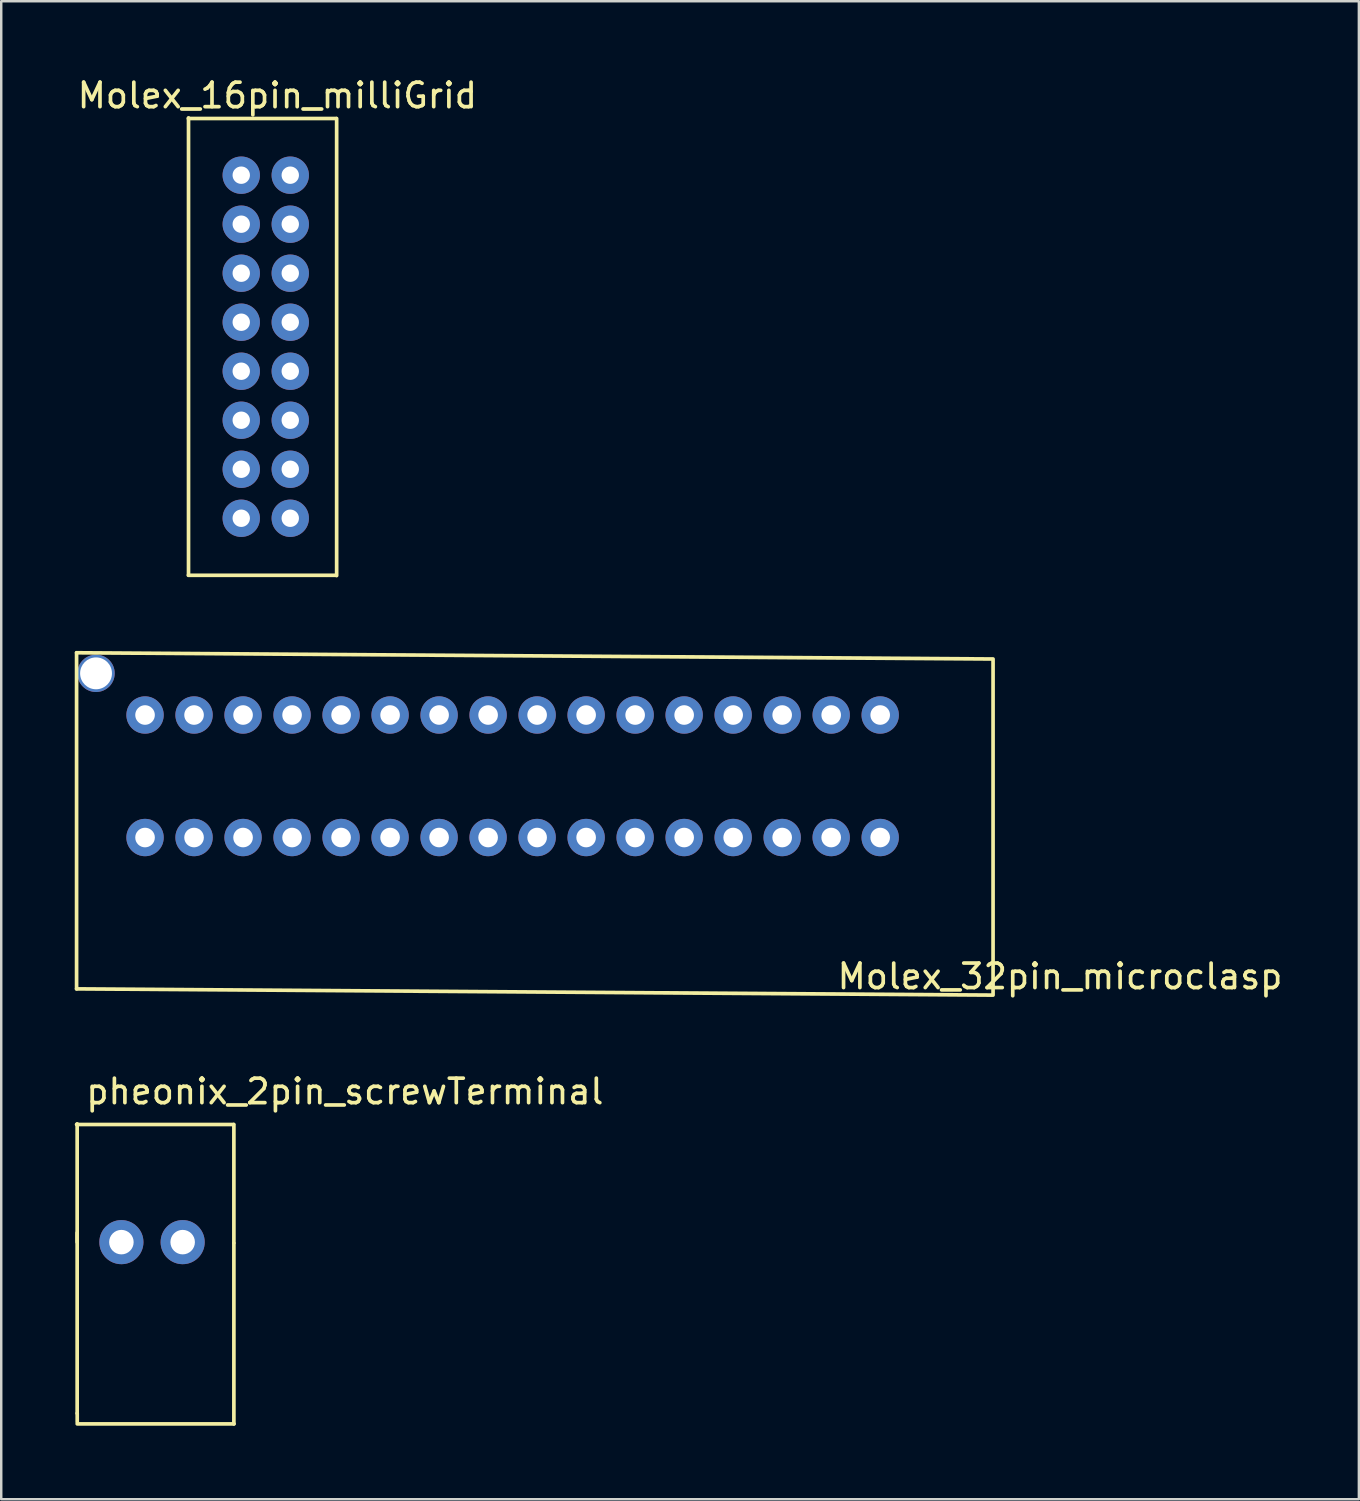
<source format=kicad_pcb>
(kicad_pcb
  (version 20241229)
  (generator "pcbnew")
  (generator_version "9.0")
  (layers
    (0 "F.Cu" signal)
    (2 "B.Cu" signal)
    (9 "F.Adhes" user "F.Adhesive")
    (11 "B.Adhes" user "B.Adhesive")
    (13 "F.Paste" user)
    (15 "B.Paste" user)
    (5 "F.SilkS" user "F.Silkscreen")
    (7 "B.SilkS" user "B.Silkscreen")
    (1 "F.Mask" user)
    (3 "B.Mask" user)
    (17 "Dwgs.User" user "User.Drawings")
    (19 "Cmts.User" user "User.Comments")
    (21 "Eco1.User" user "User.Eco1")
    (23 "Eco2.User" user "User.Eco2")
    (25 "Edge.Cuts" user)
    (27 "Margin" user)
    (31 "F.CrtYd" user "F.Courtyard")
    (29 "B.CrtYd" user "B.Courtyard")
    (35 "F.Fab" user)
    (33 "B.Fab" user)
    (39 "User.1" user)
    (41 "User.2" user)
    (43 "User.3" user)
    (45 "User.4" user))
  (footprint "pheonix_2pin_screwTerminal"
    (layer "F.Cu")
    (at 1.904 47.639)
    (property "Reference" "pheonix_2pin_screwTerminal" (at 9.119 -6.147 0) (layer "F.SilkS") (effects (font (size 1 1) (thickness 0.15))))
    (attr through_hole)
    (fp_line (start -1.805 -0.381) (end -1.805 6.985) (stroke (width 0.15) (type solid)) (layer "F.SilkS"))
    (fp_line (start -1.805 0) (end -1.805 -4.826) (stroke (width 0.15) (type solid)) (layer "F.SilkS"))
    (fp_line (start -1.803 6.985) (end -1.803 7.341) (stroke (width 0.15) (type solid)) (layer "F.SilkS"))
    (fp_line (start 4.572 -4.801) (end -1.829 -4.801) (stroke (width 0.15) (type solid)) (layer "F.SilkS"))
    (fp_line (start 4.59 0.025) (end 4.59 -4.801) (stroke (width 0.15) (type solid)) (layer "F.SilkS"))
    (fp_line (start 4.59 0.051) (end 4.59 7.417) (stroke (width 0.15) (type solid)) (layer "F.SilkS"))
    (fp_line (start 4.597 7.417) (end -1.803 7.417) (stroke (width 0.15) (type solid)) (layer "F.SilkS"))
    (pad "1" thru_hole circle (at 0 0) (size 1.8 1.8) (drill 1) (layers "*.Cu" "*.Mask"))
    (pad "2" thru_hole circle (at 2.5 0) (size 1.8 1.8) (drill 1) (layers "*.Cu" "*.Mask")))
  (footprint "Molex_16pin_milliGrid"
    (layer "F.Cu")
    (at 6.795 4.099)
    (property "Reference" "Molex_16pin_milliGrid" (at 1.473 -3.251 0) (layer "F.SilkS") (effects (font (size 1 1) (thickness 0.15))))
    (attr through_hole)
    (fp_line (start -2.158 -2.314) (end 3.875 -2.314) (stroke (width 0.15) (type solid)) (layer "F.SilkS"))
    (fp_line (start -2.158 16.329) (end 3.875 16.329) (stroke (width 0.15) (type solid)) (layer "F.SilkS"))
    (fp_line (start -2.152 -2.337) (end -2.152 16.313) (stroke (width 0.15) (type solid)) (layer "F.SilkS"))
    (fp_line (start 3.893 -2.311) (end 3.893 16.339) (stroke (width 0.15) (type solid)) (layer "F.SilkS"))
    (pad "1" thru_hole circle (at 0 0) (size 1.524 1.524) (drill 0.71) (layers "*.Cu" "*.Mask"))
    (pad "2" thru_hole circle (at 2 0) (size 1.524 1.524) (drill 0.71) (layers "*.Cu" "*.Mask"))
    (pad "3" thru_hole circle (at 0 2) (size 1.524 1.524) (drill 0.71) (layers "*.Cu" "*.Mask"))
    (pad "4" thru_hole circle (at 2 2) (size 1.524 1.524) (drill 0.71) (layers "*.Cu" "*.Mask"))
    (pad "5" thru_hole circle (at 0 4) (size 1.524 1.524) (drill 0.71) (layers "*.Cu" "*.Mask"))
    (pad "6" thru_hole circle (at 2 4) (size 1.524 1.524) (drill 0.71) (layers "*.Cu" "*.Mask"))
    (pad "7" thru_hole circle (at 0 6) (size 1.524 1.524) (drill 0.71) (layers "*.Cu" "*.Mask"))
    (pad "8" thru_hole circle (at 2 6) (size 1.524 1.524) (drill 0.71) (layers "*.Cu" "*.Mask"))
    (pad "9" thru_hole circle (at 0 8) (size 1.524 1.524) (drill 0.71) (layers "*.Cu" "*.Mask"))
    (pad "10" thru_hole circle (at 2 8) (size 1.524 1.524) (drill 0.71) (layers "*.Cu" "*.Mask"))
    (pad "11" thru_hole circle (at 0 10) (size 1.524 1.524) (drill 0.71) (layers "*.Cu" "*.Mask"))
    (pad "12" thru_hole circle (at 2 10) (size 1.524 1.524) (drill 0.71) (layers "*.Cu" "*.Mask"))
    (pad "13" thru_hole circle (at 0 12) (size 1.524 1.524) (drill 0.71) (layers "*.Cu" "*.Mask"))
    (pad "14" thru_hole circle (at 2 12) (size 1.524 1.524) (drill 0.71) (layers "*.Cu" "*.Mask"))
    (pad "15" thru_hole circle (at 0 14) (size 1.524 1.524) (drill 0.71) (layers "*.Cu" "*.Mask"))
    (pad "16" thru_hole circle (at 2 14) (size 1.524 1.524) (drill 0.71) (layers "*.Cu" "*.Mask")))
  (footprint "Molex_32pin_microclasp"
    (layer "F.Cu")
    (at 2.869 26.128)
    (property "Reference" "Molex_32pin_microclasp" (at 37.338 10.668 0) (layer "F.SilkS") (effects (font (size 1 1) (thickness 0.15))))
    (attr through_hole)
    (fp_line (start -2.794 -2.54) (end -2.794 11.176) (stroke (width 0.15) (type solid)) (layer "F.SilkS"))
    (fp_line (start -2.794 -2.54) (end 34.544 -2.286) (stroke (width 0.15) (type solid)) (layer "F.SilkS"))
    (fp_line (start 34.544 11.43) (end -2.794 11.176) (stroke (width 0.15) (type solid)) (layer "F.SilkS"))
    (fp_line (start 34.606 -2.286) (end 34.606 11.43) (stroke (width 0.15) (type solid)) (layer "F.SilkS"))
    (pad "" np_thru_hole circle (at -2 -1.7) (size 1.524 1.524) (drill 1.3) (layers "*.Cu" "*.Mask"))
    (pad "1" thru_hole circle (at 0 0) (size 1.524 1.524) (drill 0.8) (layers "*.Cu" "*.Mask"))
    (pad "2" thru_hole circle (at 2 0) (size 1.524 1.524) (drill 0.8) (layers "*.Cu" "*.Mask"))
    (pad "3" thru_hole circle (at 4 0) (size 1.524 1.524) (drill 0.8) (layers "*.Cu" "*.Mask"))
    (pad "4" thru_hole circle (at 6 0) (size 1.524 1.524) (drill 0.8) (layers "*.Cu" "*.Mask"))
    (pad "5" thru_hole circle (at 8 0) (size 1.524 1.524) (drill 0.8) (layers "*.Cu" "*.Mask"))
    (pad "6" thru_hole circle (at 10 0) (size 1.524 1.524) (drill 0.8) (layers "*.Cu" "*.Mask"))
    (pad "7" thru_hole circle (at 12 0) (size 1.524 1.524) (drill 0.8) (layers "*.Cu" "*.Mask"))
    (pad "8" thru_hole circle (at 14 0) (size 1.524 1.524) (drill 0.8) (layers "*.Cu" "*.Mask"))
    (pad "9" thru_hole circle (at 16 0) (size 1.524 1.524) (drill 0.8) (layers "*.Cu" "*.Mask"))
    (pad "10" thru_hole circle (at 18 0) (size 1.524 1.524) (drill 0.8) (layers "*.Cu" "*.Mask"))
    (pad "11" thru_hole circle (at 20 0) (size 1.524 1.524) (drill 0.8) (layers "*.Cu" "*.Mask"))
    (pad "12" thru_hole circle (at 22 0) (size 1.524 1.524) (drill 0.8) (layers "*.Cu" "*.Mask"))
    (pad "13" thru_hole circle (at 24 0) (size 1.524 1.524) (drill 0.8) (layers "*.Cu" "*.Mask"))
    (pad "14" thru_hole circle (at 26 0) (size 1.524 1.524) (drill 0.8) (layers "*.Cu" "*.Mask"))
    (pad "15" thru_hole circle (at 28 0) (size 1.524 1.524) (drill 0.8) (layers "*.Cu" "*.Mask"))
    (pad "16" thru_hole circle (at 30 0) (size 1.524 1.524) (drill 0.8) (layers "*.Cu" "*.Mask"))
    (pad "17" thru_hole circle (at 0 5) (size 1.524 1.524) (drill 0.8) (layers "*.Cu" "*.Mask"))
    (pad "18" thru_hole circle (at 2 5) (size 1.524 1.524) (drill 0.8) (layers "*.Cu" "*.Mask"))
    (pad "19" thru_hole circle (at 4 5) (size 1.524 1.524) (drill 0.8) (layers "*.Cu" "*.Mask"))
    (pad "20" thru_hole circle (at 6 5) (size 1.524 1.524) (drill 0.8) (layers "*.Cu" "*.Mask"))
    (pad "21" thru_hole circle (at 8 5) (size 1.524 1.524) (drill 0.8) (layers "*.Cu" "*.Mask"))
    (pad "22" thru_hole circle (at 10 5) (size 1.524 1.524) (drill 0.8) (layers "*.Cu" "*.Mask"))
    (pad "23" thru_hole circle (at 12 5) (size 1.524 1.524) (drill 0.8) (layers "*.Cu" "*.Mask"))
    (pad "24" thru_hole circle (at 14 5) (size 1.524 1.524) (drill 0.8) (layers "*.Cu" "*.Mask"))
    (pad "25" thru_hole circle (at 16 5) (size 1.524 1.524) (drill 0.8) (layers "*.Cu" "*.Mask"))
    (pad "26" thru_hole circle (at 18 5) (size 1.524 1.524) (drill 0.8) (layers "*.Cu" "*.Mask"))
    (pad "27" thru_hole circle (at 20 5) (size 1.524 1.524) (drill 0.8) (layers "*.Cu" "*.Mask"))
    (pad "28" thru_hole circle (at 22 5) (size 1.524 1.524) (drill 0.8) (layers "*.Cu" "*.Mask"))
    (pad "29" thru_hole circle (at 24 5) (size 1.524 1.524) (drill 0.8) (layers "*.Cu" "*.Mask"))
    (pad "30" thru_hole circle (at 26 5) (size 1.524 1.524) (drill 0.8) (layers "*.Cu" "*.Mask"))
    (pad "31" thru_hole circle (at 28 5) (size 1.524 1.524) (drill 0.8) (layers "*.Cu" "*.Mask"))
    (pad "32" thru_hole circle (at 30 5) (size 1.524 1.524) (drill 0.8) (layers "*.Cu" "*.Mask")))
  (gr_rect
    (start -3 -3)
    (end 52.403 58.131)
    (stroke (width 0.1) (type default))
    (fill no)
    (layer "Edge.Cuts")))
</source>
